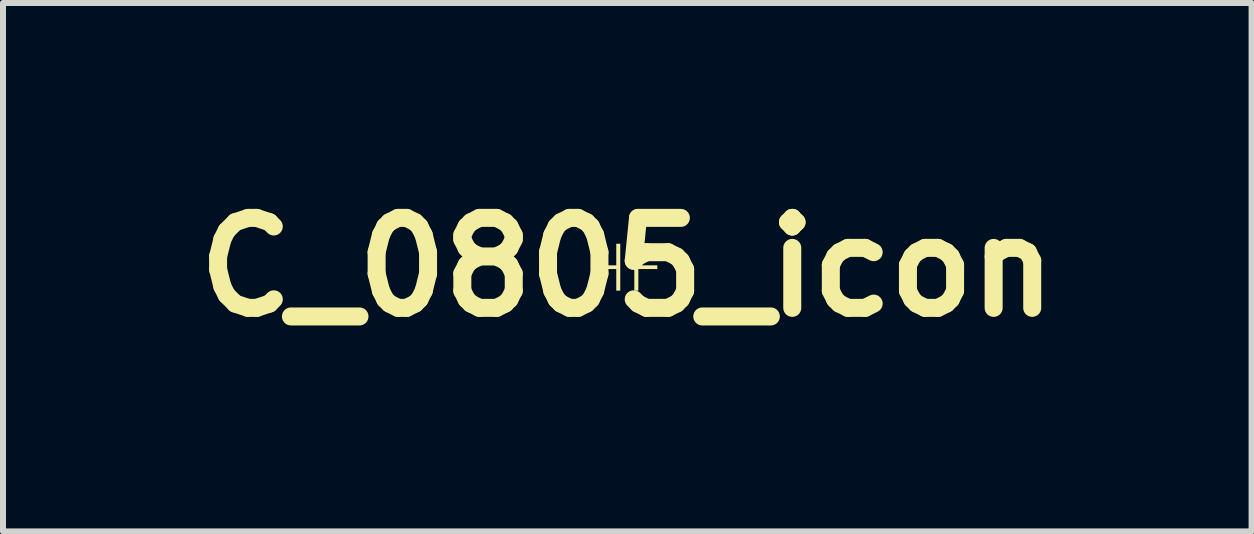
<source format=kicad_pcb>
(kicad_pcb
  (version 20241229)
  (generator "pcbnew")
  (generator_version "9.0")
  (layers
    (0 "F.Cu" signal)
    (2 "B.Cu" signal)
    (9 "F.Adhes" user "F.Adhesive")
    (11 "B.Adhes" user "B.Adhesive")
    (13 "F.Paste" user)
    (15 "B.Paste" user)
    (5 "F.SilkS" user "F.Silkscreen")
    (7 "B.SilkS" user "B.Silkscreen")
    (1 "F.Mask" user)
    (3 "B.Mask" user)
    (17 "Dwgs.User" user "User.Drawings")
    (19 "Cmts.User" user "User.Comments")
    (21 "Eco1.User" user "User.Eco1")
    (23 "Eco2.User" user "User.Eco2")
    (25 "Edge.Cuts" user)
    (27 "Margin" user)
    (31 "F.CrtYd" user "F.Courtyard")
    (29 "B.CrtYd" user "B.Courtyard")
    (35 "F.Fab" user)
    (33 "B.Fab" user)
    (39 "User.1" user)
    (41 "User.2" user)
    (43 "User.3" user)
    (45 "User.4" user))
  (footprint "C_0805_icon"
    (layer "F.Cu")
    (at 7.407 1.404)
    (property "Reference" "C_0805_icon" (at 0 0 0) (layer "F.SilkS") (effects (font (size 1.5 1.5) (thickness 0.3))))
    (attr board_only exclude_from_pos_files exclude_from_bom)
    (fp_poly (pts (xy -0.117 -0.000001) (xy -0.117 0.391) (xy -0.15 0.391) (xy -0.184 0.391) (xy -0.184 0.211) (xy -0.184 0.031) (xy -0.342 0.031) (xy -0.5 0.031) (xy -0.5 -0.000001) (xy -0.5 -0.031) (xy -0.342 -0.031) (xy -0.184 -0.031) (xy -0.184 -0.211) (xy -0.184 -0.391) (xy -0.15 -0.391) (xy -0.117 -0.391)) (stroke (width 0) (type solid)) (fill yes) (layer "F.SilkS"))
    (fp_poly (pts (xy 0.184 -0.211) (xy 0.184 -0.031) (xy 0.342 -0.031) (xy 0.5 -0.031) (xy 0.5 -0.000001) (xy 0.5 0.031) (xy 0.342 0.031) (xy 0.184 0.031) (xy 0.184 0.211) (xy 0.184 0.391) (xy 0.15 0.391) (xy 0.117 0.391) (xy 0.117 -0.000001) (xy 0.117 -0.391) (xy 0.15 -0.391) (xy 0.184 -0.391)) (stroke (width 0) (type solid)) (fill yes) (layer "F.SilkS")))
  (gr_rect
    (start -3 -3)
    (end 17.814 5.808)
    (stroke (width 0.1) (type default))
    (fill no)
    (layer "Edge.Cuts")))
</source>
